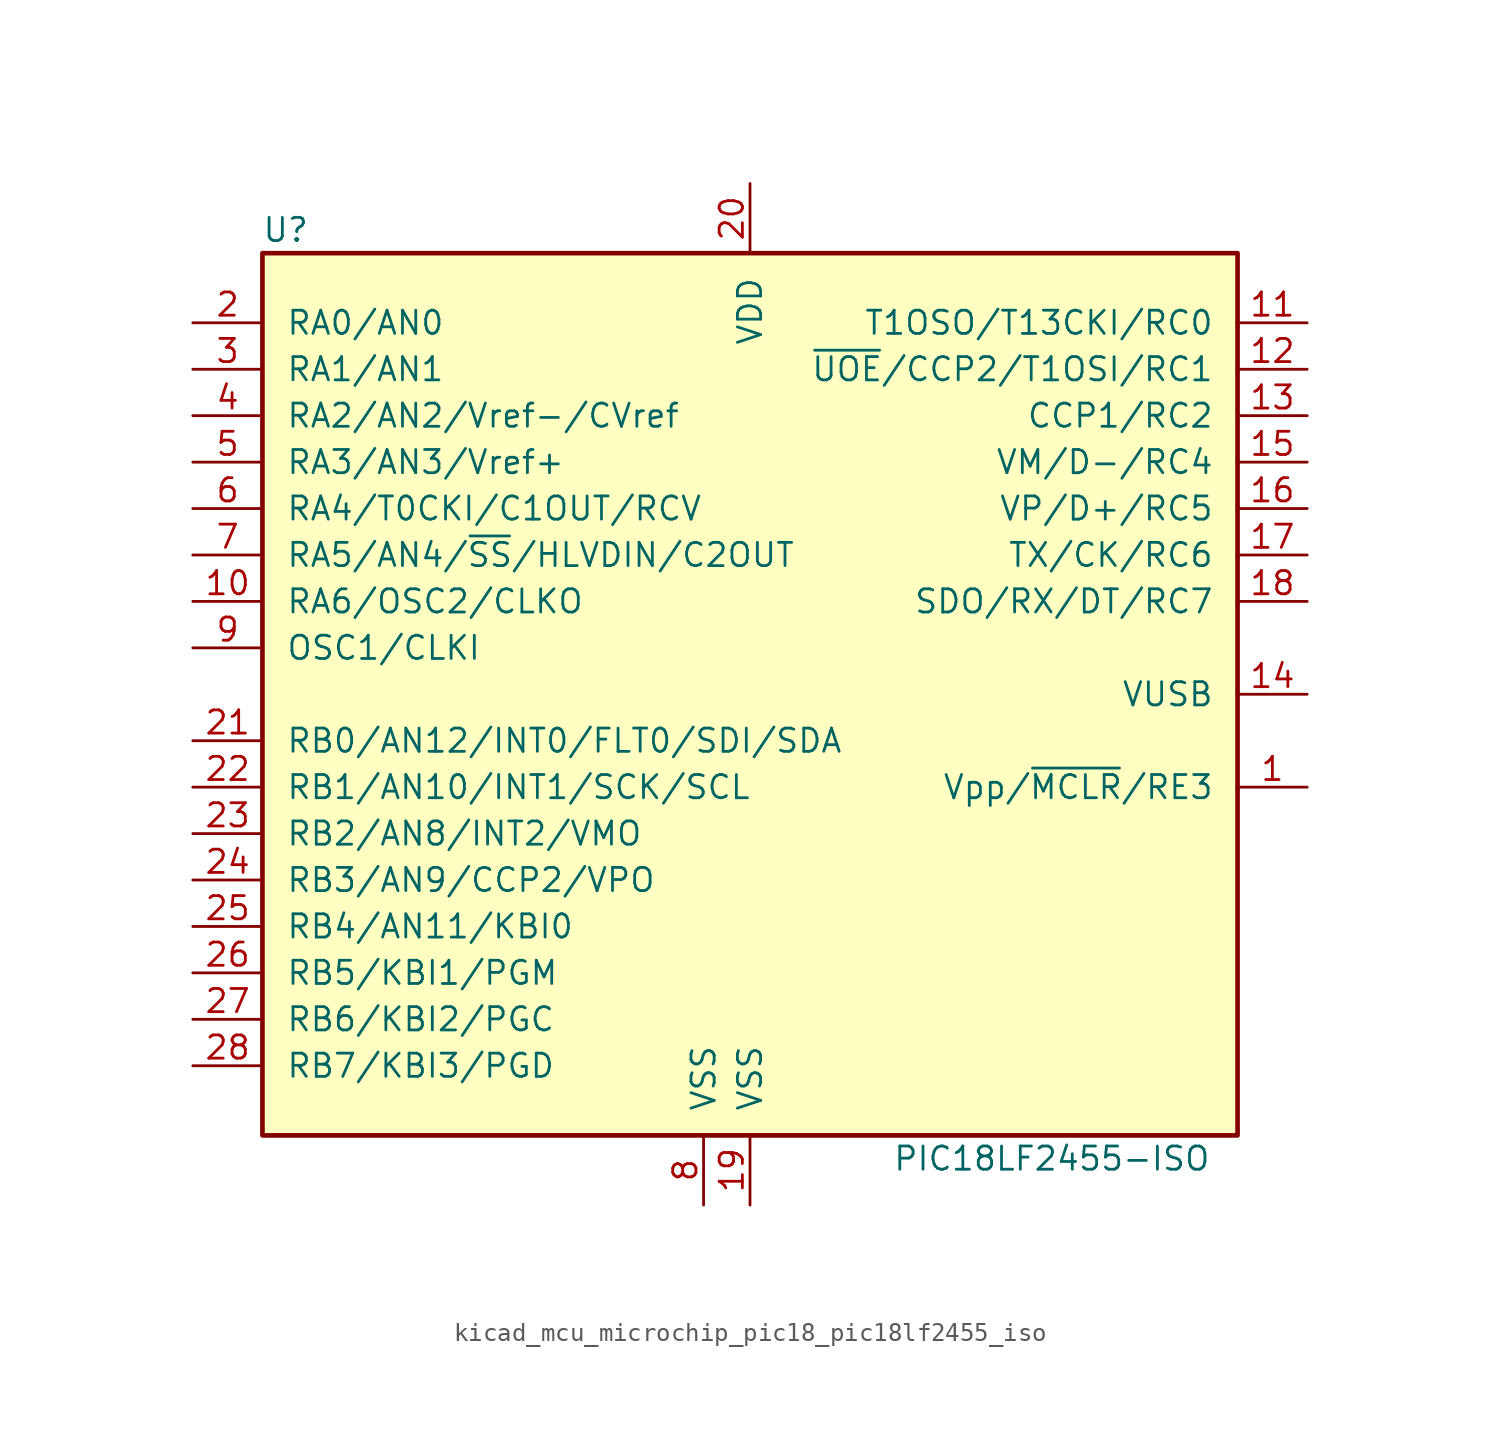
<source format=kicad_sym>
(kicad_symbol_lib
  (version 20220914)
  (generator kicad_symbol_editor)
  (symbol "kicad_mcu_microchip_pic18_pic18lf2455_iso"
    (pin_names
      (offset 1.27))
    (property "Reference" "U"
      (at -25.4 25.4 0)
      (effects (font (size 1.27 1.27))))
    (property "Value" "PIC18LF2455-ISO"
      (at 16.51 -25.4 0)
      (effects (font (size 1.27 1.27))))
    (symbol "kicad_mcu_microchip_pic18_pic18lf2455_iso_0_1"
      (rectangle (start -26.67 24.13) (end 26.67 -24.13) (stroke (width 0.254) (type default)) (fill (type background))))
    (symbol "kicad_mcu_microchip_pic18_pic18lf2455_iso_1_1"
      (pin input line (at 30.48 -5.08 180) (length 3.81) (name "Vpp/~{MCLR}/RE3" (effects (font (size 1.27 1.27)))) (number "1" (effects (font (size 1.27 1.27)))))
      (pin output line (at -30.48 5.08 0) (length 3.81) (name "RA6/OSC2/CLKO" (effects (font (size 1.27 1.27)))) (number "10" (effects (font (size 1.27 1.27)))))
      (pin bidirectional line (at 30.48 20.32 180) (length 3.81) (name "T1OSO/T13CKI/RC0" (effects (font (size 1.27 1.27)))) (number "11" (effects (font (size 1.27 1.27)))))
      (pin bidirectional line (at 30.48 17.78 180) (length 3.81) (name "~{UOE}/CCP2/T1OSI/RC1" (effects (font (size 1.27 1.27)))) (number "12" (effects (font (size 1.27 1.27)))))
      (pin bidirectional line (at 30.48 15.24 180) (length 3.81) (name "CCP1/RC2" (effects (font (size 1.27 1.27)))) (number "13" (effects (font (size 1.27 1.27)))))
      (pin bidirectional line (at 30.48 0 180) (length 3.81) (name "VUSB" (effects (font (size 1.27 1.27)))) (number "14" (effects (font (size 1.27 1.27)))))
      (pin bidirectional line (at 30.48 12.7 180) (length 3.81) (name "VM/D-/RC4" (effects (font (size 1.27 1.27)))) (number "15" (effects (font (size 1.27 1.27)))))
      (pin bidirectional line (at 30.48 10.16 180) (length 3.81) (name "VP/D+/RC5" (effects (font (size 1.27 1.27)))) (number "16" (effects (font (size 1.27 1.27)))))
      (pin bidirectional line (at 30.48 7.62 180) (length 3.81) (name "TX/CK/RC6" (effects (font (size 1.27 1.27)))) (number "17" (effects (font (size 1.27 1.27)))))
      (pin bidirectional line (at 30.48 5.08 180) (length 3.81) (name "SDO/RX/DT/RC7" (effects (font (size 1.27 1.27)))) (number "18" (effects (font (size 1.27 1.27)))))
      (pin power_in line (at 0 -27.94 90) (length 3.81) (name "VSS" (effects (font (size 1.27 1.27)))) (number "19" (effects (font (size 1.27 1.27)))))
      (pin bidirectional line (at -30.48 20.32 0) (length 3.81) (name "RA0/AN0" (effects (font (size 1.27 1.27)))) (number "2" (effects (font (size 1.27 1.27)))))
      (pin power_in line (at 0 27.94 270) (length 3.81) (name "VDD" (effects (font (size 1.27 1.27)))) (number "20" (effects (font (size 1.27 1.27)))))
      (pin bidirectional line (at -30.48 -2.54 0) (length 3.81) (name "RB0/AN12/INT0/FLT0/SDI/SDA" (effects (font (size 1.27 1.27)))) (number "21" (effects (font (size 1.27 1.27)))))
      (pin bidirectional line (at -30.48 -5.08 0) (length 3.81) (name "RB1/AN10/INT1/SCK/SCL" (effects (font (size 1.27 1.27)))) (number "22" (effects (font (size 1.27 1.27)))))
      (pin bidirectional line (at -30.48 -7.62 0) (length 3.81) (name "RB2/AN8/INT2/VMO" (effects (font (size 1.27 1.27)))) (number "23" (effects (font (size 1.27 1.27)))))
      (pin bidirectional line (at -30.48 -10.16 0) (length 3.81) (name "RB3/AN9/CCP2/VPO" (effects (font (size 1.27 1.27)))) (number "24" (effects (font (size 1.27 1.27)))))
      (pin bidirectional line (at -30.48 -12.7 0) (length 3.81) (name "RB4/AN11/KBI0" (effects (font (size 1.27 1.27)))) (number "25" (effects (font (size 1.27 1.27)))))
      (pin bidirectional line (at -30.48 -15.24 0) (length 3.81) (name "RB5/KBI1/PGM" (effects (font (size 1.27 1.27)))) (number "26" (effects (font (size 1.27 1.27)))))
      (pin bidirectional line (at -30.48 -17.78 0) (length 3.81) (name "RB6/KBI2/PGC" (effects (font (size 1.27 1.27)))) (number "27" (effects (font (size 1.27 1.27)))))
      (pin bidirectional line (at -30.48 -20.32 0) (length 3.81) (name "RB7/KBI3/PGD" (effects (font (size 1.27 1.27)))) (number "28" (effects (font (size 1.27 1.27)))))
      (pin bidirectional line (at -30.48 17.78 0) (length 3.81) (name "RA1/AN1" (effects (font (size 1.27 1.27)))) (number "3" (effects (font (size 1.27 1.27)))))
      (pin bidirectional line (at -30.48 15.24 0) (length 3.81) (name "RA2/AN2/Vref-/CVref" (effects (font (size 1.27 1.27)))) (number "4" (effects (font (size 1.27 1.27)))))
      (pin bidirectional line (at -30.48 12.7 0) (length 3.81) (name "RA3/AN3/Vref+" (effects (font (size 1.27 1.27)))) (number "5" (effects (font (size 1.27 1.27)))))
      (pin bidirectional line (at -30.48 10.16 0) (length 3.81) (name "RA4/T0CKI/C1OUT/RCV" (effects (font (size 1.27 1.27)))) (number "6" (effects (font (size 1.27 1.27)))))
      (pin bidirectional line (at -30.48 7.62 0) (length 3.81) (name "RA5/AN4/~{SS}/HLVDIN/C2OUT" (effects (font (size 1.27 1.27)))) (number "7" (effects (font (size 1.27 1.27)))))
      (pin power_in line (at -2.54 -27.94 90) (length 3.81) (name "VSS" (effects (font (size 1.27 1.27)))) (number "8" (effects (font (size 1.27 1.27)))))
      (pin input line (at -30.48 2.54 0) (length 3.81) (name "OSC1/CLKI" (effects (font (size 1.27 1.27)))) (number "9" (effects (font (size 1.27 1.27))))))))
</source>
